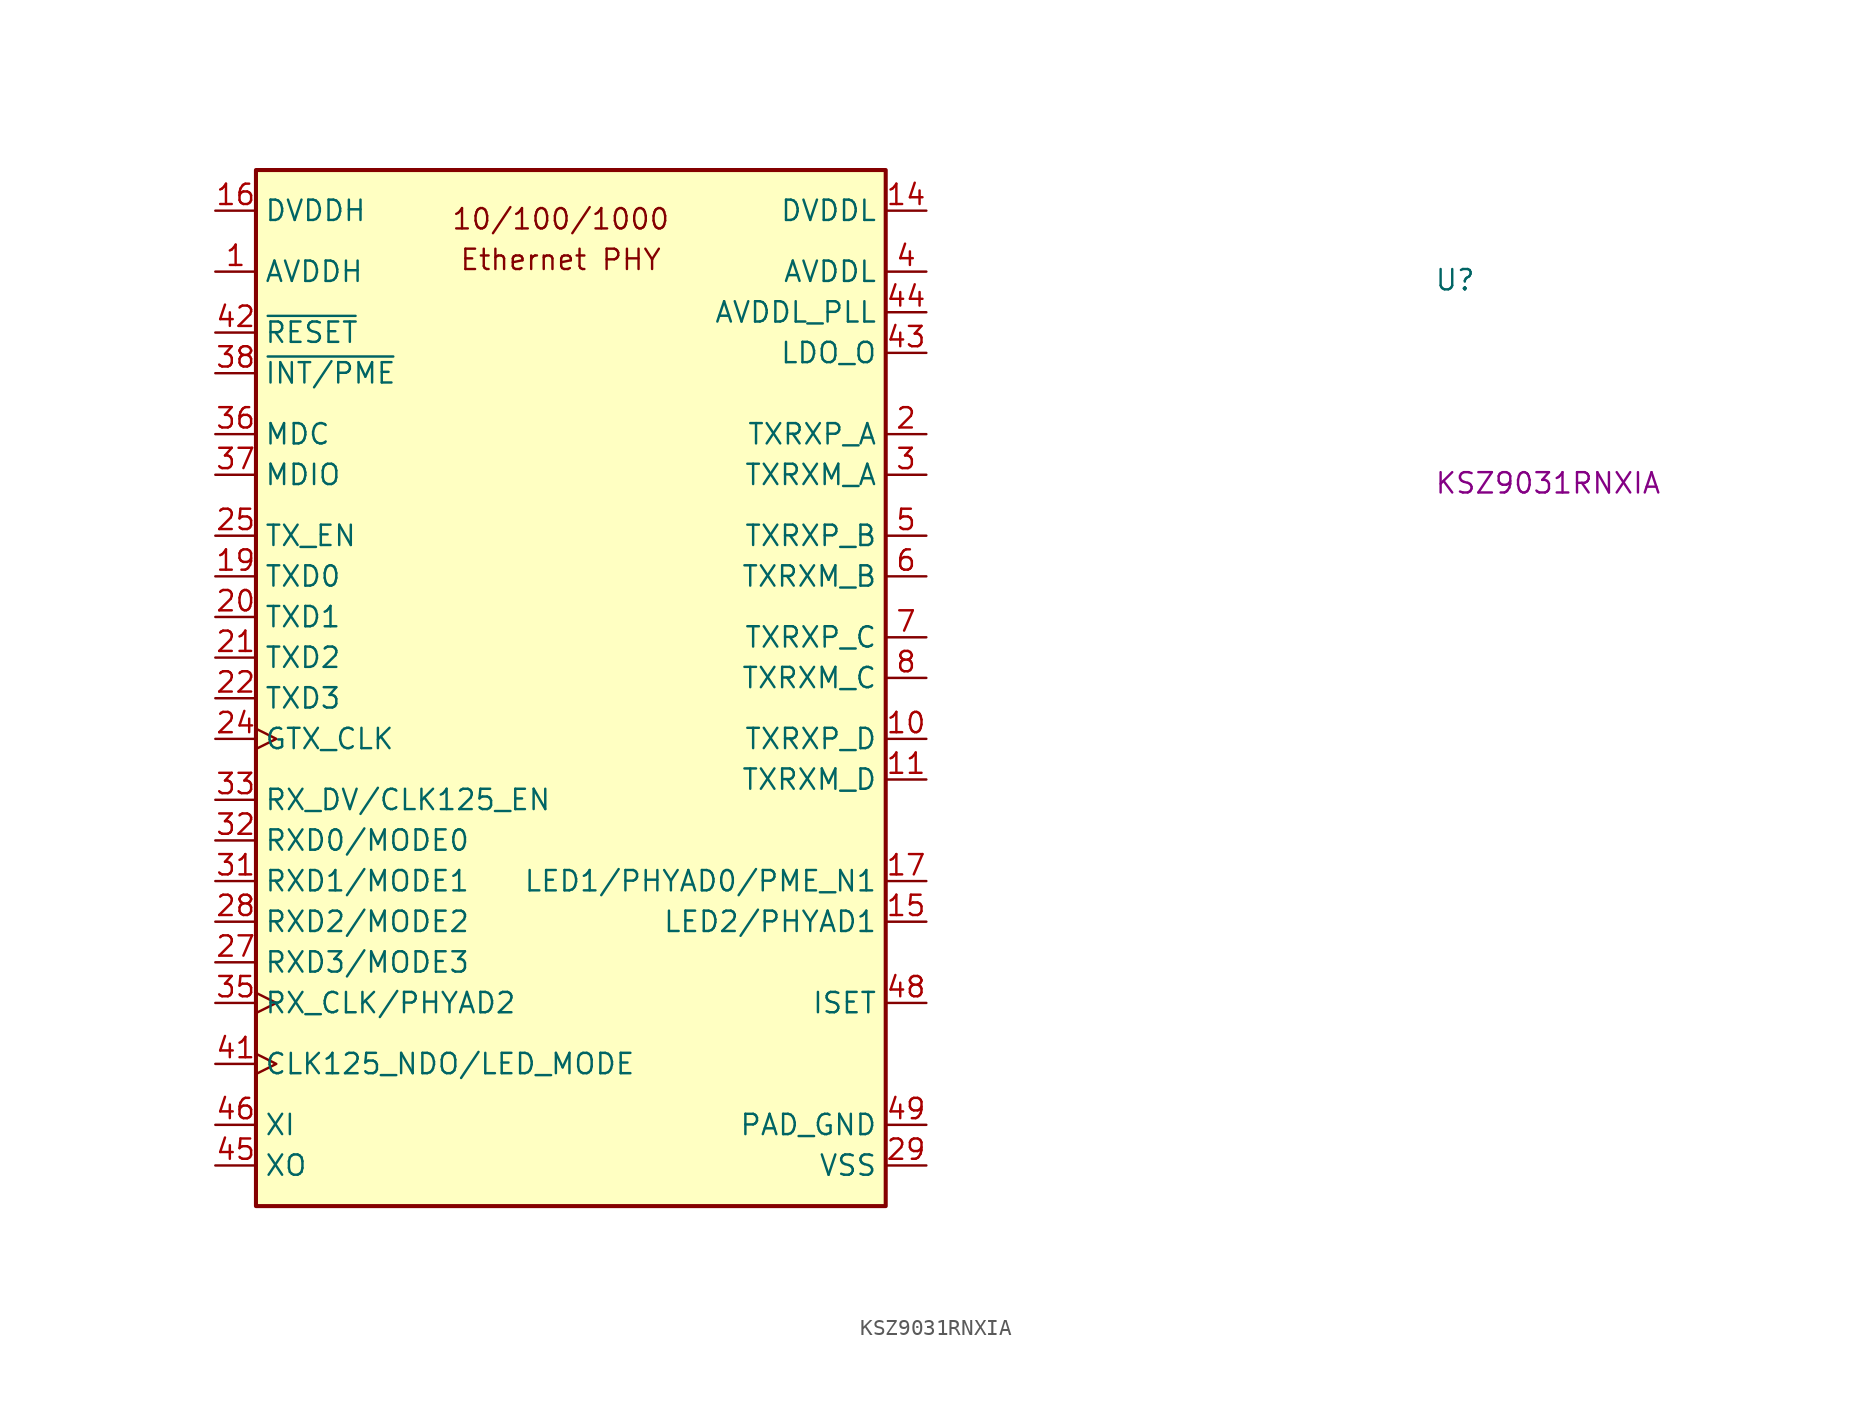
<source format=kicad_sym>
(kicad_symbol_lib
  (version 20220914)
  (generator kicad_symbol_editor)
  (symbol "KSZ9031RNXIA"
    (property "Reference" "U"
      (at 76.2 -5.08 0)
      (effects (font (size 1.27 1.27) (thickness 0.15)) (justify left bottom)))
    (property "MPN" "KSZ9031RNXIA"
      (at 76.2 -17.78 0)
      (effects (font (size 1.27 1.27) (thickness 0.15)) (justify left bottom)))
    (symbol "KSZ9031RNXIA_1_1"
      (rectangle (start 2.54 2.54) (end 41.91 -62.23) (stroke (width 0.254) (type default)) (fill (type background)))
      (text "10/100/1000" (at 21.59 -1.27 0) (effects (font (size 1.27 1.27) (thickness 0.15)) (justify bottom)))
      (text "Ethernet PHY" (at 21.59 -3.81 0) (effects (font (size 1.27 1.27) (thickness 0.15)) (justify bottom)))
      (pin power_in line (at 0 -3.81 0) (length 2.54) (name "AVDDH" (effects (font (size 1.27 1.27)))) (number "1" (effects (font (size 1.27 1.27)))))
      (pin bidirectional line (at 44.45 -33.02 180) (length 2.54) (name "TXRXP_D" (effects (font (size 1.27 1.27)))) (number "10" (effects (font (size 1.27 1.27)))))
      (pin bidirectional line (at 44.45 -35.56 180) (length 2.54) (name "TXRXM_D" (effects (font (size 1.27 1.27)))) (number "11" (effects (font (size 1.27 1.27)))))
      (pin passive line (at 0 -3.81 0) (length 2.54) hide (name "AVDDH" (effects (font (size 1.27 1.27)))) (number "12" (effects (font (size 1.27 1.27)))))
      (pin no_connect line (at 41.91 -53.34 180) (length 2.54) hide (name "NC" (effects (font (size 1.27 1.27)))) (number "13" (effects (font (size 1.27 1.27)))))
      (pin power_in line (at 44.45 0 180) (length 2.54) (name "DVDDL" (effects (font (size 1.27 1.27)))) (number "14" (effects (font (size 1.27 1.27)))))
      (pin bidirectional line (at 44.45 -44.45 180) (length 2.54) (name "LED2/PHYAD1" (effects (font (size 1.27 1.27)))) (number "15" (effects (font (size 1.27 1.27)))))
      (pin power_in line (at 0 0 0) (length 2.54) (name "DVDDH" (effects (font (size 1.27 1.27)))) (number "16" (effects (font (size 1.27 1.27)))))
      (pin bidirectional line (at 44.45 -41.91 180) (length 2.54) (name "LED1/PHYAD0/PME_N1" (effects (font (size 1.27 1.27)))) (number "17" (effects (font (size 1.27 1.27)))))
      (pin passive line (at 44.45 0 180) (length 2.54) hide (name "DVDDL" (effects (font (size 1.27 1.27)))) (number "18" (effects (font (size 1.27 1.27)))))
      (pin input line (at 0 -22.86 0) (length 2.54) (name "TXD0" (effects (font (size 1.27 1.27)))) (number "19" (effects (font (size 1.27 1.27)))))
      (pin bidirectional line (at 44.45 -13.97 180) (length 2.54) (name "TXRXP_A" (effects (font (size 1.27 1.27)))) (number "2" (effects (font (size 1.27 1.27)))))
      (pin input line (at 0 -25.4 0) (length 2.54) (name "TXD1" (effects (font (size 1.27 1.27)))) (number "20" (effects (font (size 1.27 1.27)))))
      (pin input line (at 0 -27.94 0) (length 2.54) (name "TXD2" (effects (font (size 1.27 1.27)))) (number "21" (effects (font (size 1.27 1.27)))))
      (pin input line (at 0 -30.48 0) (length 2.54) (name "TXD3" (effects (font (size 1.27 1.27)))) (number "22" (effects (font (size 1.27 1.27)))))
      (pin passive line (at 44.45 0 180) (length 2.54) hide (name "DVDDL" (effects (font (size 1.27 1.27)))) (number "23" (effects (font (size 1.27 1.27)))))
      (pin input clock (at 0 -33.02 0) (length 2.54) (name "GTX_CLK" (effects (font (size 1.27 1.27)))) (number "24" (effects (font (size 1.27 1.27)))))
      (pin input line (at 0 -20.32 0) (length 2.54) (name "TX_EN" (effects (font (size 1.27 1.27)))) (number "25" (effects (font (size 1.27 1.27)))))
      (pin passive line (at 44.45 0 180) (length 2.54) hide (name "DVDDL" (effects (font (size 1.27 1.27)))) (number "26" (effects (font (size 1.27 1.27)))))
      (pin input line (at 0 -46.99 0) (length 2.54) (name "RXD3/MODE3" (effects (font (size 1.27 1.27)))) (number "27" (effects (font (size 1.27 1.27)))))
      (pin input line (at 0 -44.45 0) (length 2.54) (name "RXD2/MODE2" (effects (font (size 1.27 1.27)))) (number "28" (effects (font (size 1.27 1.27)))))
      (pin power_in line (at 44.45 -59.69 180) (length 2.54) (name "VSS" (effects (font (size 1.27 1.27)))) (number "29" (effects (font (size 1.27 1.27)))))
      (pin bidirectional line (at 44.45 -16.51 180) (length 2.54) (name "TXRXM_A" (effects (font (size 1.27 1.27)))) (number "3" (effects (font (size 1.27 1.27)))))
      (pin passive line (at 44.45 0 180) (length 2.54) hide (name "DVDDL" (effects (font (size 1.27 1.27)))) (number "30" (effects (font (size 1.27 1.27)))))
      (pin input line (at 0 -41.91 0) (length 2.54) (name "RXD1/MODE1" (effects (font (size 1.27 1.27)))) (number "31" (effects (font (size 1.27 1.27)))))
      (pin input line (at 0 -39.37 0) (length 2.54) (name "RXD0/MODE0" (effects (font (size 1.27 1.27)))) (number "32" (effects (font (size 1.27 1.27)))))
      (pin input line (at 0 -36.83 0) (length 2.54) (name "RX_DV/CLK125_EN" (effects (font (size 1.27 1.27)))) (number "33" (effects (font (size 1.27 1.27)))))
      (pin passive line (at 0 0 0) (length 2.54) hide (name "DVDDH" (effects (font (size 1.27 1.27)))) (number "34" (effects (font (size 1.27 1.27)))))
      (pin input clock (at 0 -49.53 0) (length 2.54) (name "RX_CLK/PHYAD2" (effects (font (size 1.27 1.27)))) (number "35" (effects (font (size 1.27 1.27)))))
      (pin input line (at 0 -13.97 0) (length 2.54) (name "MDC" (effects (font (size 1.27 1.27)))) (number "36" (effects (font (size 1.27 1.27)))))
      (pin input line (at 0 -16.51 0) (length 2.54) (name "MDIO" (effects (font (size 1.27 1.27)))) (number "37" (effects (font (size 1.27 1.27)))))
      (pin input line (at 0 -10.16 0) (length 2.54) (name "~{INT/PME}" (effects (font (size 1.27 1.27)))) (number "38" (effects (font (size 1.27 1.27)))))
      (pin passive line (at 44.45 0 180) (length 2.54) hide (name "DVDDL" (effects (font (size 1.27 1.27)))) (number "39" (effects (font (size 1.27 1.27)))))
      (pin power_in line (at 44.45 -3.81 180) (length 2.54) (name "AVDDL" (effects (font (size 1.27 1.27)))) (number "4" (effects (font (size 1.27 1.27)))))
      (pin passive line (at 0 0 0) (length 2.54) hide (name "DVDDH" (effects (font (size 1.27 1.27)))) (number "40" (effects (font (size 1.27 1.27)))))
      (pin input clock (at 0 -53.34 0) (length 2.54) (name "CLK125_NDO/LED_MODE" (effects (font (size 1.27 1.27)))) (number "41" (effects (font (size 1.27 1.27)))))
      (pin input line (at 0 -7.62 0) (length 2.54) (name "~{RESET}" (effects (font (size 1.27 1.27)))) (number "42" (effects (font (size 1.27 1.27)))))
      (pin input line (at 44.45 -8.89 180) (length 2.54) (name "LDO_O" (effects (font (size 1.27 1.27)))) (number "43" (effects (font (size 1.27 1.27)))))
      (pin power_in line (at 44.45 -6.35 180) (length 2.54) (name "AVDDL_PLL" (effects (font (size 1.27 1.27)))) (number "44" (effects (font (size 1.27 1.27)))))
      (pin input line (at 0 -59.69 0) (length 2.54) (name "XO" (effects (font (size 1.27 1.27)))) (number "45" (effects (font (size 1.27 1.27)))))
      (pin input line (at 0 -57.15 0) (length 2.54) (name "XI" (effects (font (size 1.27 1.27)))) (number "46" (effects (font (size 1.27 1.27)))))
      (pin no_connect line (at 41.91 -52.07 180) (length 2.54) hide (name "NC" (effects (font (size 1.27 1.27)))) (number "47" (effects (font (size 1.27 1.27)))))
      (pin output line (at 44.45 -49.53 180) (length 2.54) (name "ISET" (effects (font (size 1.27 1.27)))) (number "48" (effects (font (size 1.27 1.27)))))
      (pin power_in line (at 44.45 -57.15 180) (length 2.54) (name "PAD_GND" (effects (font (size 1.27 1.27)))) (number "49" (effects (font (size 1.27 1.27)))))
      (pin bidirectional line (at 44.45 -20.32 180) (length 2.54) (name "TXRXP_B" (effects (font (size 1.27 1.27)))) (number "5" (effects (font (size 1.27 1.27)))))
      (pin bidirectional line (at 44.45 -22.86 180) (length 2.54) (name "TXRXM_B" (effects (font (size 1.27 1.27)))) (number "6" (effects (font (size 1.27 1.27)))))
      (pin bidirectional line (at 44.45 -26.67 180) (length 2.54) (name "TXRXP_C" (effects (font (size 1.27 1.27)))) (number "7" (effects (font (size 1.27 1.27)))))
      (pin bidirectional line (at 44.45 -29.21 180) (length 2.54) (name "TXRXM_C" (effects (font (size 1.27 1.27)))) (number "8" (effects (font (size 1.27 1.27)))))
      (pin passive line (at 44.45 -3.81 180) (length 2.54) hide (name "AVDDL" (effects (font (size 1.27 1.27)))) (number "9" (effects (font (size 1.27 1.27))))))))
</source>
